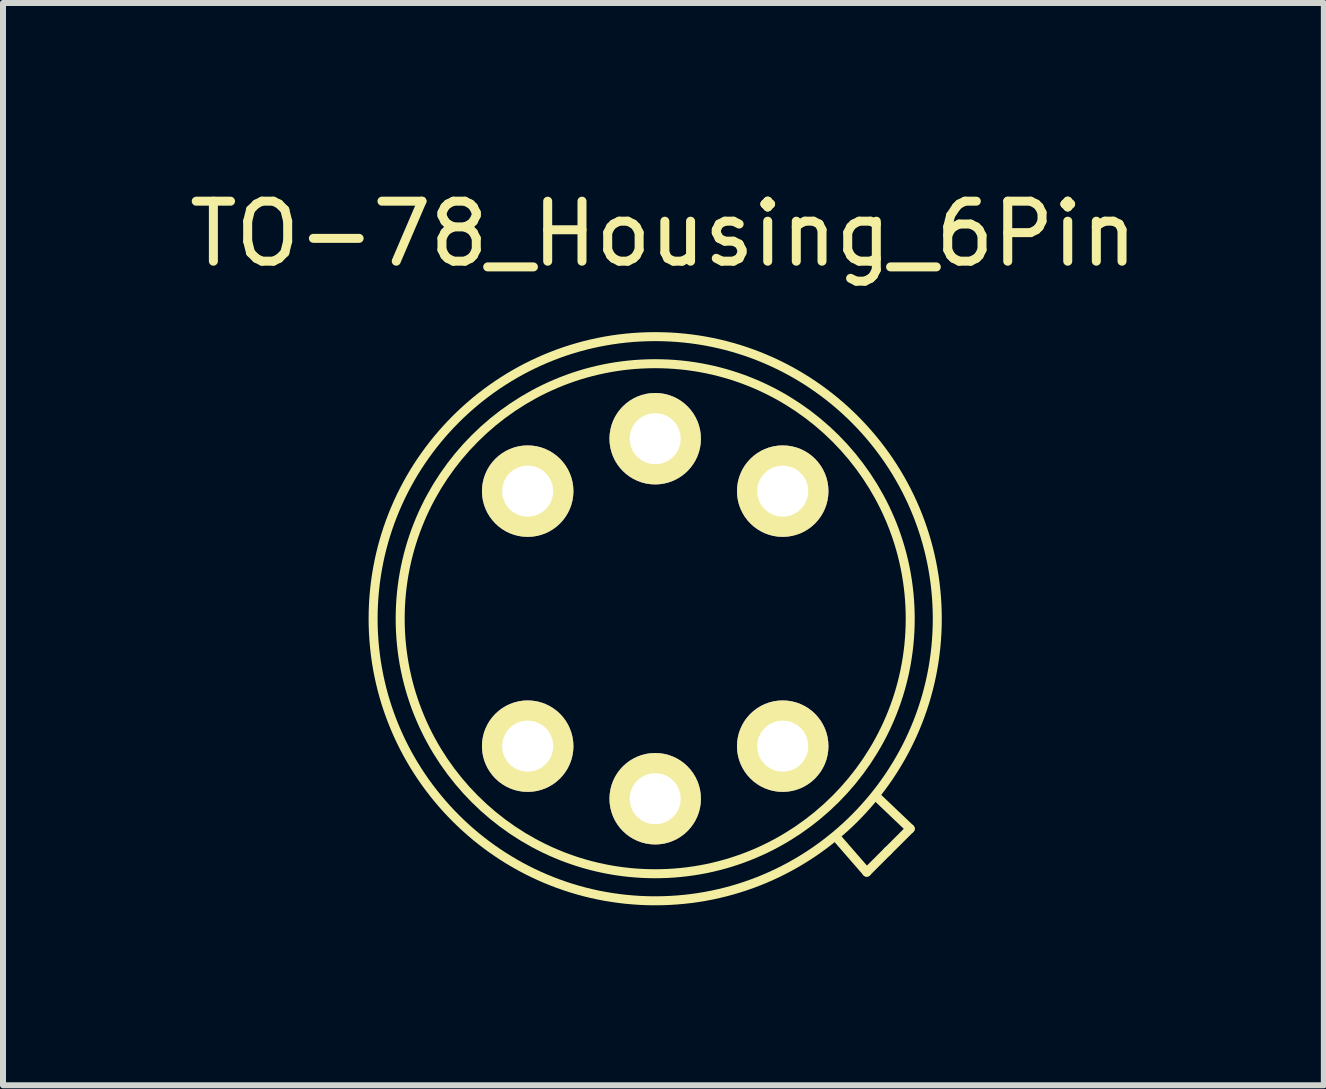
<source format=kicad_pcb>
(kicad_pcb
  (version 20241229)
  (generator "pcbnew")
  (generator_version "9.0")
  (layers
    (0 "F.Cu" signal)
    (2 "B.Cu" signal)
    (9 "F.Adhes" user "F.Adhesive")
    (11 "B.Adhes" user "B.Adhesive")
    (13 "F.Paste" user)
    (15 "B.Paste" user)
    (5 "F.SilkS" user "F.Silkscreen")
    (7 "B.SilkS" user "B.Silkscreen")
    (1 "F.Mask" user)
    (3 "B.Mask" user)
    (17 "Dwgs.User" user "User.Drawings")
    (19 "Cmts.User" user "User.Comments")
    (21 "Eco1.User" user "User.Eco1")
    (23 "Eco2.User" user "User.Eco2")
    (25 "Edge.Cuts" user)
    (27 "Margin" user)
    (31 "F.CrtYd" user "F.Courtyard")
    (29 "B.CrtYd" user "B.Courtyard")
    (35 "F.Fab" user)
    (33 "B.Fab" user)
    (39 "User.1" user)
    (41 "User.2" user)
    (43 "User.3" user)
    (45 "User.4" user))
  (footprint "TO-78_Housing_6Pin"
    (layer "F.Cu")
    (at 7.856 7.323)
    (property "Reference" "TO-78_Housing_6Pin" (at 0.15 -6.475 0) (layer "F.SilkS") (effects (font (size 1 1) (thickness 0.15))))
    (attr through_hole)
    (fp_line (start 3.538 4.162) (end 3.038 3.587) (stroke (width 0.15) (type solid)) (layer "F.SilkS"))
    (fp_line (start 3.888 3.812) (end 3.538 4.162) (stroke (width 0.15) (type solid)) (layer "F.SilkS"))
    (fp_line (start 3.888 3.812) (end 4.263 3.438) (stroke (width 0.15) (type solid)) (layer "F.SilkS"))
    (fp_line (start 4.263 3.438) (end 3.712 2.913) (stroke (width 0.15) (type solid)) (layer "F.SilkS"))
    (fp_circle (center 0.013 -0.062) (end 0.013 -4.763) (stroke (width 0.15) (type solid)) (fill no) (layer "F.SilkS"))
    (fp_circle (center 0.013 -0.062) (end 0.013 -4.312) (stroke (width 0.15) (type solid)) (fill no) (layer "F.SilkS"))
    (pad "2" thru_hole circle (at 2.138 -2.188 90) (size 1.524 1.524) (drill 0.85) (layers "*.Cu" "*.Mask" "F.SilkS"))
    (pad "3" thru_hole circle (at 0.013 -3.062 90) (size 1.524 1.524) (drill 0.85) (layers "*.Cu" "*.Mask" "F.SilkS"))
    (pad "4" thru_hole circle (at -2.112 -2.188 90) (size 1.524 1.524) (drill 0.85) (layers "*.Cu" "*.Mask" "F.SilkS"))
    (pad "6" thru_hole circle (at -2.112 2.062 90) (size 1.524 1.524) (drill 0.85) (layers "*.Cu" "*.Mask" "F.SilkS"))
    (pad "7" thru_hole circle (at 0.013 2.938 90) (size 1.524 1.524) (drill 0.85) (layers "*.Cu" "*.Mask" "F.SilkS"))
    (pad "8" thru_hole circle (at 2.138 2.062 90) (size 1.524 1.524) (drill 0.85) (layers "*.Cu" "*.Mask" "F.SilkS")))
  (gr_rect
    (start -3 -3)
    (end 19.012 15.036)
    (stroke (width 0.1) (type default))
    (fill no)
    (layer "Edge.Cuts")))
</source>
